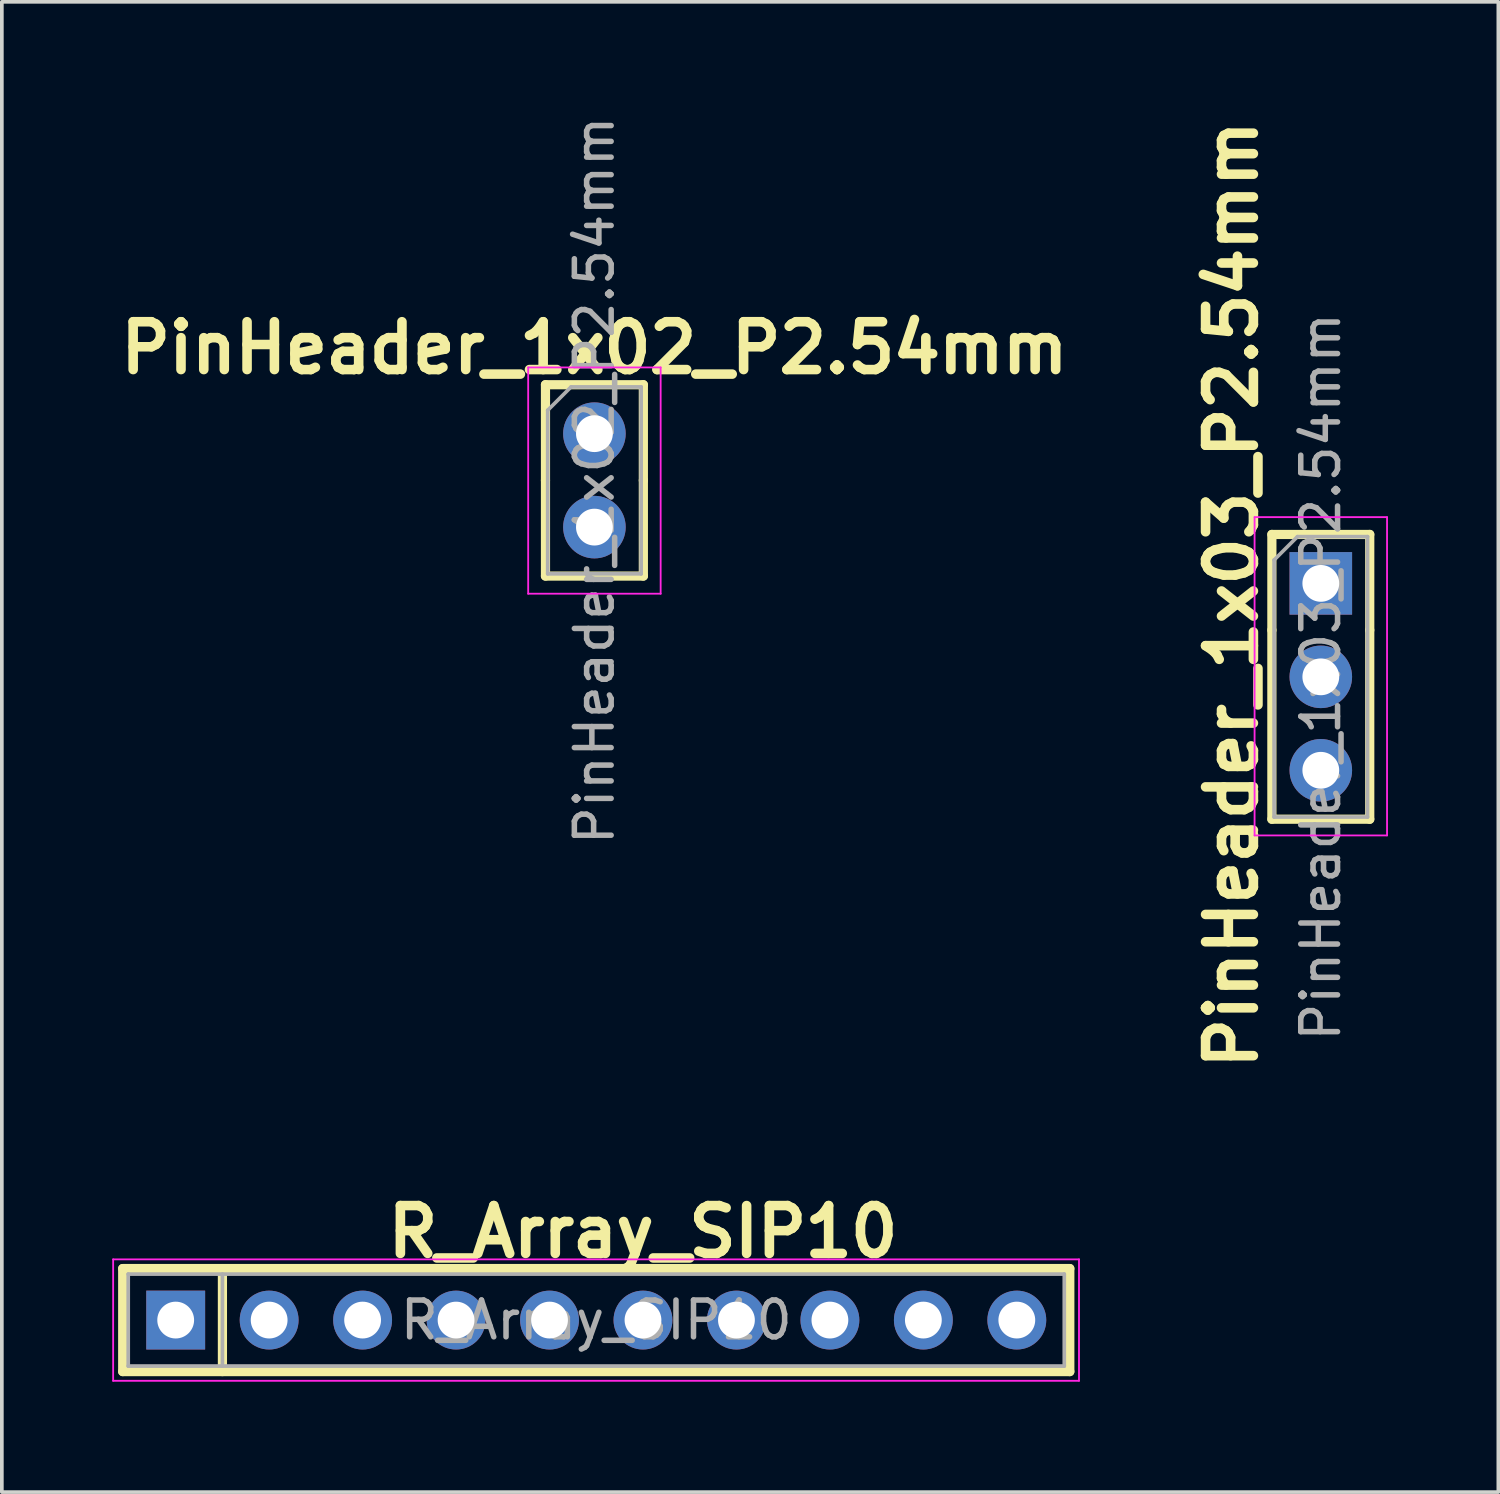
<source format=kicad_pcb>
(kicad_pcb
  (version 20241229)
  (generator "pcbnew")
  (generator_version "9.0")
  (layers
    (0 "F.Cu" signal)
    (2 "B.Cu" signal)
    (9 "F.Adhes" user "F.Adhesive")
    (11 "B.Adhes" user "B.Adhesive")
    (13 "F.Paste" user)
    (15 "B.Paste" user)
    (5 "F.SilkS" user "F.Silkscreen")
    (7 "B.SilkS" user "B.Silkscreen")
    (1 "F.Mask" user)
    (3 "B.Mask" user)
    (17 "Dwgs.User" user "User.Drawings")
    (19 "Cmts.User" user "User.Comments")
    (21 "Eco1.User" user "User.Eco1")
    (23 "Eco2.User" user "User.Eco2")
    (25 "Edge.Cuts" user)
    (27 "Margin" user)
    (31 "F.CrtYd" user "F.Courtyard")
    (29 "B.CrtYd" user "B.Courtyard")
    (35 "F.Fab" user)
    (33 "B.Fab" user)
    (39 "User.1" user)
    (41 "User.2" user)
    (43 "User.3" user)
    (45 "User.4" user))
  (footprint "PinHeader_1x03_P2.54mm"
    (layer "F.Cu")
    (at 32.847 12.805)
    (property "Reference" "PinHeader_1x03_P2.54mm" (at -2.42 0.3 270) (layer "F.SilkS") (effects (font (size 1.3 1.3) (thickness 0.26) (bold yes))))
    (attr through_hole)
    (fp_line (start -1.33 -1.33) (end -1.33 1.27) (stroke (width 0.25) (type solid)) (layer "F.SilkS"))
    (fp_line (start -1.33 -1.33) (end 1.33 -1.33) (stroke (width 0.25) (type solid)) (layer "F.SilkS"))
    (fp_line (start -1.33 1.27) (end -1.33 6.41) (stroke (width 0.25) (type solid)) (layer "F.SilkS"))
    (fp_line (start -1.33 6.41) (end 1.33 6.41) (stroke (width 0.25) (type solid)) (layer "F.SilkS"))
    (fp_line (start 1.33 1.27) (end 1.33 -1.33) (stroke (width 0.25) (type solid)) (layer "F.SilkS"))
    (fp_line (start 1.33 1.27) (end 1.33 6.41) (stroke (width 0.25) (type solid)) (layer "F.SilkS"))
    (fp_line (start -1.8 -1.8) (end -1.8 6.85) (stroke (width 0.05) (type solid)) (layer "F.CrtYd"))
    (fp_line (start -1.8 6.85) (end 1.8 6.85) (stroke (width 0.05) (type solid)) (layer "F.CrtYd"))
    (fp_line (start 1.8 -1.8) (end -1.8 -1.8) (stroke (width 0.05) (type solid)) (layer "F.CrtYd"))
    (fp_line (start 1.8 6.85) (end 1.8 -1.8) (stroke (width 0.05) (type solid)) (layer "F.CrtYd"))
    (fp_line (start -1.27 -0.635) (end -0.635 -1.27) (stroke (width 0.1) (type solid)) (layer "F.Fab"))
    (fp_line (start -1.27 6.35) (end -1.27 -0.635) (stroke (width 0.1) (type solid)) (layer "F.Fab"))
    (fp_line (start -0.635 -1.27) (end 1.27 -1.27) (stroke (width 0.1) (type solid)) (layer "F.Fab"))
    (fp_line (start 1.27 -1.27) (end 1.27 6.35) (stroke (width 0.1) (type solid)) (layer "F.Fab"))
    (fp_line (start 1.27 6.35) (end -1.27 6.35) (stroke (width 0.1) (type solid)) (layer "F.Fab"))
    (fp_text user "${REFERENCE}" (at 0 2.54 270) (layer "F.Fab") (effects (font (size 1 1) (thickness 0.15))))
    (pad "1" thru_hole oval (at 0 5.08) (size 1.7 1.7) (drill 1) (layers "*.Cu" "*.Mask"))
    (pad "2" thru_hole oval (at 0 2.54) (size 1.7 1.7) (drill 1) (layers "*.Cu" "*.Mask"))
    (pad "3" thru_hole rect (at 0 0) (size 1.7 1.7) (drill 1) (layers "*.Cu" "*.Mask")))
  (footprint "PinHeader_1x02_P2.54mm"
    (layer "F.Cu")
    (at 13.105 8.736)
    (property "Reference" "PinHeader_1x02_P2.54mm" (at 0 -2.33 0) (layer "F.SilkS") (effects (font (size 1.3 1.3) (thickness 0.26) (bold yes))))
    (attr through_hole)
    (fp_line (start -1.33 -1.33) (end 1.33 -1.33) (stroke (width 0.25) (type solid)) (layer "F.SilkS"))
    (fp_line (start -1.33 1.27) (end -1.33 -1.33) (stroke (width 0.25) (type solid)) (layer "F.SilkS"))
    (fp_line (start -1.33 1.27) (end -1.33 3.87) (stroke (width 0.25) (type solid)) (layer "F.SilkS"))
    (fp_line (start -1.33 3.87) (end 1.33 3.87) (stroke (width 0.25) (type solid)) (layer "F.SilkS"))
    (fp_line (start 1.33 1.27) (end 1.33 -1.33) (stroke (width 0.25) (type solid)) (layer "F.SilkS"))
    (fp_line (start 1.33 1.27) (end 1.33 3.87) (stroke (width 0.25) (type solid)) (layer "F.SilkS"))
    (fp_line (start -1.8 -1.8) (end -1.8 4.35) (stroke (width 0.05) (type solid)) (layer "F.CrtYd"))
    (fp_line (start -1.8 4.35) (end 1.8 4.35) (stroke (width 0.05) (type solid)) (layer "F.CrtYd"))
    (fp_line (start 1.8 -1.8) (end -1.8 -1.8) (stroke (width 0.05) (type solid)) (layer "F.CrtYd"))
    (fp_line (start 1.8 4.35) (end 1.8 -1.8) (stroke (width 0.05) (type solid)) (layer "F.CrtYd"))
    (fp_line (start -1.27 -0.635) (end -0.635 -1.27) (stroke (width 0.1) (type solid)) (layer "F.Fab"))
    (fp_line (start -1.27 3.81) (end -1.27 -0.635) (stroke (width 0.1) (type solid)) (layer "F.Fab"))
    (fp_line (start -0.635 -1.27) (end 1.27 -1.27) (stroke (width 0.1) (type solid)) (layer "F.Fab"))
    (fp_line (start 1.27 -1.27) (end 1.27 3.81) (stroke (width 0.1) (type solid)) (layer "F.Fab"))
    (fp_line (start 1.27 3.81) (end -1.27 3.81) (stroke (width 0.1) (type solid)) (layer "F.Fab"))
    (fp_text user "${REFERENCE}" (at 0 1.27 90) (layer "F.Fab") (effects (font (size 1 1) (thickness 0.15))))
    (pad "1" thru_hole circle (at 0 0) (size 1.7 1.7) (drill 1) (layers "*.Cu" "*.Mask"))
    (pad "2" thru_hole oval (at 0 2.54) (size 1.7 1.7) (drill 1) (layers "*.Cu" "*.Mask")))
  (footprint "R_Array_SIP10"
    (layer "F.Cu")
    (at 1.725 32.827)
    (property "Reference" "R_Array_SIP10" (at 12.7 -2.4 180) (layer "F.SilkS") (effects (font (size 1.3 1.3) (thickness 0.26) (bold yes))))
    (attr through_hole)
    (fp_line (start -1.44 -1.4) (end -1.44 1.4) (stroke (width 0.25) (type solid)) (layer "F.SilkS"))
    (fp_line (start -1.44 1.4) (end 24.3 1.4) (stroke (width 0.25) (type solid)) (layer "F.SilkS"))
    (fp_line (start 1.27 -1.4) (end 1.27 1.4) (stroke (width 0.25) (type solid)) (layer "F.SilkS"))
    (fp_line (start 24.3 -1.4) (end -1.44 -1.4) (stroke (width 0.25) (type solid)) (layer "F.SilkS"))
    (fp_line (start 24.3 1.4) (end 24.3 -1.4) (stroke (width 0.25) (type solid)) (layer "F.SilkS"))
    (fp_line (start -1.7 -1.65) (end -1.7 1.65) (stroke (width 0.05) (type solid)) (layer "F.CrtYd"))
    (fp_line (start -1.7 1.65) (end 24.55 1.65) (stroke (width 0.05) (type solid)) (layer "F.CrtYd"))
    (fp_line (start 24.55 -1.65) (end -1.7 -1.65) (stroke (width 0.05) (type solid)) (layer "F.CrtYd"))
    (fp_line (start 24.55 1.65) (end 24.55 -1.65) (stroke (width 0.05) (type solid)) (layer "F.CrtYd"))
    (fp_line (start -1.29 -1.25) (end -1.29 1.25) (stroke (width 0.1) (type solid)) (layer "F.Fab"))
    (fp_line (start -1.29 1.25) (end 24.15 1.25) (stroke (width 0.1) (type solid)) (layer "F.Fab"))
    (fp_line (start 1.27 -1.25) (end 1.27 1.25) (stroke (width 0.1) (type solid)) (layer "F.Fab"))
    (fp_line (start 24.15 -1.25) (end -1.29 -1.25) (stroke (width 0.1) (type solid)) (layer "F.Fab"))
    (fp_line (start 24.15 1.25) (end 24.15 -1.25) (stroke (width 0.1) (type solid)) (layer "F.Fab"))
    (fp_text user "${REFERENCE}" (at 11.43 0 180) (layer "F.Fab") (effects (font (size 1 1) (thickness 0.15))))
    (pad "1" thru_hole rect (at 0 0) (size 1.6 1.6) (drill 1) (layers "*.Cu" "*.Mask"))
    (pad "2" thru_hole oval (at 2.54 0) (size 1.6 1.6) (drill 1) (layers "*.Cu" "*.Mask"))
    (pad "3" thru_hole oval (at 5.08 0) (size 1.6 1.6) (drill 1) (layers "*.Cu" "*.Mask"))
    (pad "4" thru_hole oval (at 7.62 0) (size 1.6 1.6) (drill 1) (layers "*.Cu" "*.Mask"))
    (pad "5" thru_hole oval (at 10.16 0) (size 1.6 1.6) (drill 1) (layers "*.Cu" "*.Mask"))
    (pad "6" thru_hole oval (at 12.7 0) (size 1.6 1.6) (drill 1) (layers "*.Cu" "*.Mask"))
    (pad "7" thru_hole oval (at 15.24 0) (size 1.6 1.6) (drill 1) (layers "*.Cu" "*.Mask"))
    (pad "8" thru_hole oval (at 17.78 0) (size 1.6 1.6) (drill 1) (layers "*.Cu" "*.Mask"))
    (pad "9" thru_hole oval (at 20.32 0) (size 1.6 1.6) (drill 1) (layers "*.Cu" "*.Mask"))
    (pad "10" thru_hole oval (at 22.86 0) (size 1.6 1.6) (drill 1) (layers "*.Cu" "*.Mask")))
  (gr_rect
    (start -3 -3)
    (end 37.672 37.502)
    (stroke (width 0.1) (type default))
    (fill no)
    (layer "Edge.Cuts")))
</source>
